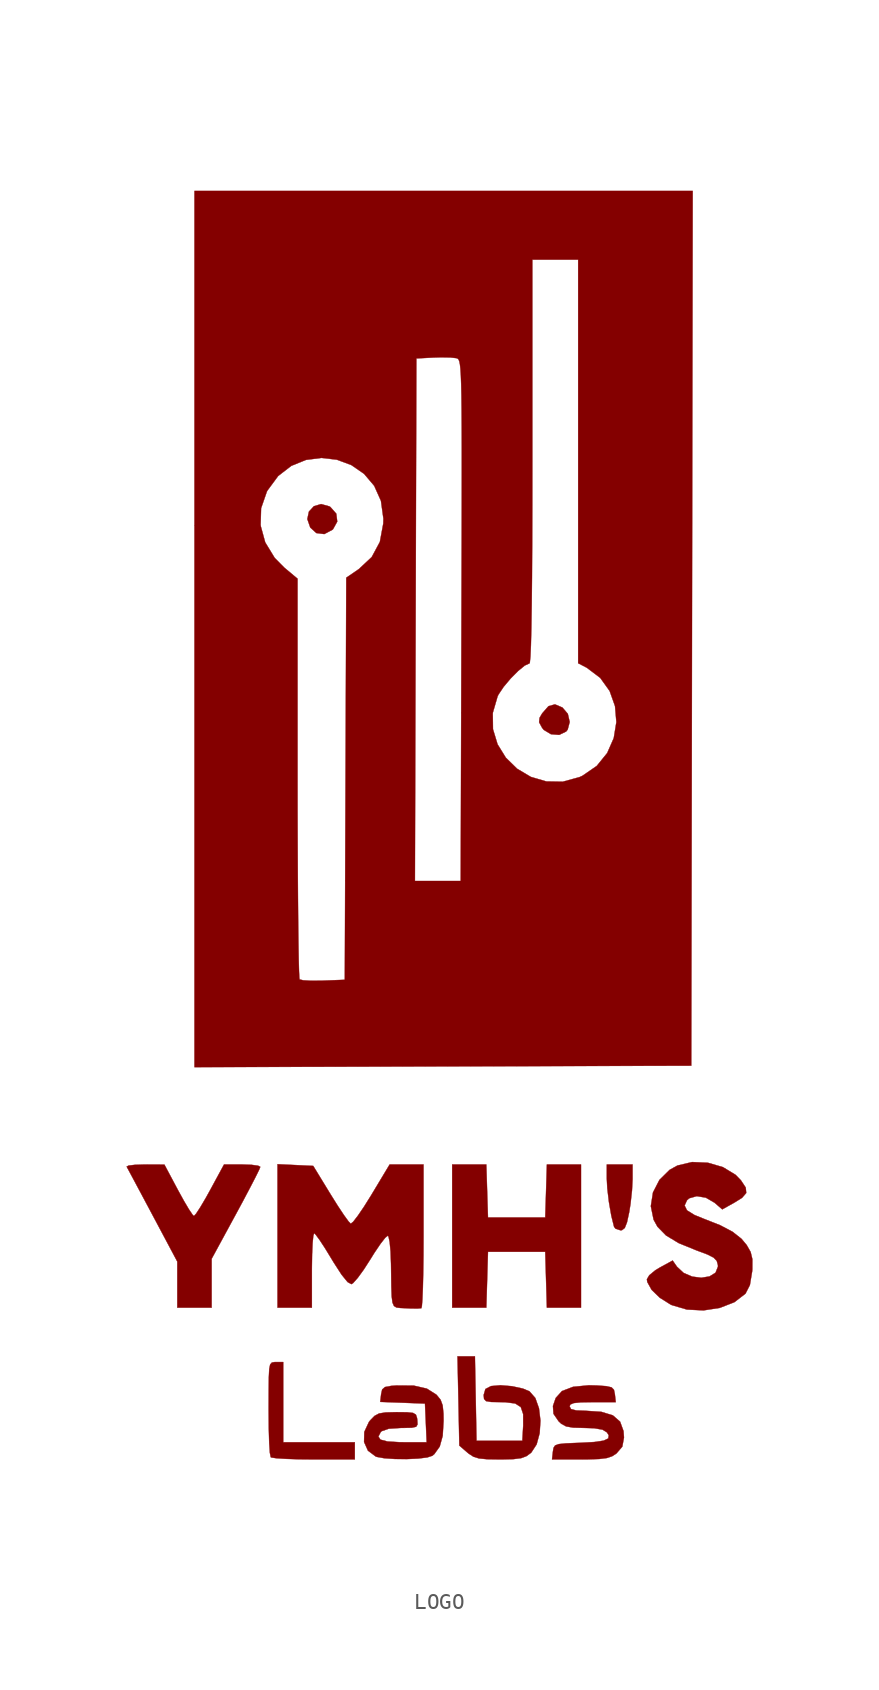
<source format=kicad_sym>
(kicad_symbol_lib
  (version 20220914)
  (generator bitmap2component)
  (symbol "LOGO"
    (pin_names
      (offset 1.016))
    (property "Reference" "#G"
      (at 0 42.295 0)
      (effects (font (size 1.27 1.27)) hide))
    (symbol "LOGO_0_0"
      (polyline (pts (xy -3.041 -39.352) (xy -3.041 -38.816) (xy -5.277 -38.816) (xy -7.513 -38.816) (xy -7.513 -36.311) (xy -7.513 -33.807) (xy -7.96 -33.807) (xy -8.049 -33.808) (xy -8.223 -33.838) (xy -8.33 -33.961) (xy -8.387 -34.244) (xy -8.412 -34.752) (xy -8.421 -35.551) (xy -8.425 -36.764) (xy -8.415 -37.956) (xy -8.389 -38.868) (xy -8.348 -39.474) (xy -8.293 -39.749) (xy -8.253 -39.77) (xy -7.928 -39.817) (xy -7.338 -39.854) (xy -6.548 -39.88) (xy -5.624 -39.889) (xy -3.041 -39.889) (xy -3.041 -39.352)) (stroke (width 0.01) (type default)) (fill (type outline)))
      (polyline (pts (xy 0.917 -39.835) (xy 1.485 -39.765) (xy 1.804 -39.66) (xy 1.928 -39.555) (xy 2.263 -39.086) (xy 2.448 -38.417) (xy 2.504 -37.478) (xy 2.498 -37.033) (xy 2.446 -36.511) (xy 2.316 -36.161) (xy 2.077 -35.868) (xy 2.048 -35.839) (xy 1.456 -35.465) (xy 0.639 -35.279) (xy -0.448 -35.271) (xy -0.773 -35.296) (xy -1.156 -35.368) (xy -1.332 -35.521) (xy -1.397 -35.812) (xy -1.453 -36.296) (xy -0.056 -36.348) (xy 1.342 -36.401) (xy 1.395 -37.608) (xy 1.447 -38.816) (xy 0.019 -38.816) (xy -0.257 -38.813) (xy -1.009 -38.767) (xy -1.438 -38.654) (xy -1.568 -38.462) (xy -1.425 -38.182) (xy -1.365 -38.126) (xy -0.923 -37.972) (xy -0.145 -37.921) (xy -0.009 -37.921) (xy 0.522 -37.909) (xy 0.791 -37.849) (xy 0.877 -37.703) (xy 0.862 -37.429) (xy 0.845 -37.298) (xy 0.776 -37.092) (xy 0.598 -36.985) (xy 0.228 -36.944) (xy -0.418 -36.937) (xy -0.458 -36.937) (xy -1.112 -36.953) (xy -1.525 -37.019) (xy -1.808 -37.17) (xy -2.072 -37.439) (xy -2.16 -37.549) (xy -2.448 -38.17) (xy -2.463 -38.799) (xy -2.22 -39.344) (xy -1.732 -39.709) (xy -1.669 -39.731) (xy -1.191 -39.817) (xy -0.529 -39.862) (xy 0.21 -39.868) (xy 0.917 -39.835)) (stroke (width 0.01) (type default)) (fill (type outline)))
      (polyline (pts (xy 6.149 -39.889) (xy 6.869 -39.871) (xy 7.345 -39.811) (xy 7.675 -39.689) (xy 7.955 -39.486) (xy 7.982 -39.462) (xy 8.316 -38.951) (xy 8.506 -38.25) (xy 8.555 -37.464) (xy 8.463 -36.697) (xy 8.235 -36.053) (xy 7.871 -35.637) (xy 7.458 -35.464) (xy 6.776 -35.316) (xy 6.056 -35.256) (xy 5.468 -35.308) (xy 5.117 -35.491) (xy 5.008 -35.867) (xy 5.032 -36.114) (xy 5.158 -36.247) (xy 5.473 -36.301) (xy 6.06 -36.311) (xy 6.352 -36.316) (xy 6.975 -36.394) (xy 7.329 -36.62) (xy 7.476 -37.059) (xy 7.478 -37.773) (xy 7.423 -38.726) (xy 5.992 -38.726) (xy 4.561 -38.726) (xy 4.512 -36.088) (xy 4.462 -33.449) (xy 3.918 -33.449) (xy 3.373 -33.449) (xy 3.431 -36.238) (xy 3.488 -39.026) (xy 3.99 -39.458) (xy 4.078 -39.531) (xy 4.369 -39.72) (xy 4.718 -39.828) (xy 5.226 -39.877) (xy 5.992 -39.889) (xy 6.149 -39.889)) (stroke (width 0.01) (type default)) (fill (type outline)))
      (polyline (pts (xy 11.525 -39.886) (xy 12.228 -39.863) (xy 12.702 -39.803) (xy 13.031 -39.693) (xy 13.302 -39.518) (xy 13.668 -39.092) (xy 13.773 -38.523) (xy 13.745 -38.12) (xy 13.531 -37.531) (xy 13.078 -37.137) (xy 12.356 -36.916) (xy 11.332 -36.848) (xy 10.781 -36.827) (xy 10.465 -36.743) (xy 10.375 -36.58) (xy 10.422 -36.459) (xy 10.636 -36.369) (xy 11.08 -36.324) (xy 11.818 -36.311) (xy 13.26 -36.311) (xy 13.204 -35.819) (xy 13.203 -35.81) (xy 13.146 -35.539) (xy 12.999 -35.388) (xy 12.671 -35.313) (xy 12.074 -35.27) (xy 11.576 -35.258) (xy 10.594 -35.354) (xy 9.9 -35.619) (xy 9.51 -36.05) (xy 9.336 -36.552) (xy 9.37 -37.04) (xy 9.69 -37.507) (xy 9.861 -37.667) (xy 10.16 -37.828) (xy 10.596 -37.903) (xy 11.278 -37.921) (xy 11.91 -37.941) (xy 12.429 -38.029) (xy 12.706 -38.197) (xy 12.824 -38.385) (xy 12.79 -38.582) (xy 12.496 -38.717) (xy 11.91 -38.803) (xy 10.999 -38.853) (xy 10.829 -38.858) (xy 10.127 -38.887) (xy 9.698 -38.932) (xy 9.47 -39.016) (xy 9.373 -39.164) (xy 9.334 -39.397) (xy 9.278 -39.889) (xy 11.054 -39.889) (xy 11.525 -39.886)) (stroke (width 0.01) (type default)) (fill (type outline)))
      (polyline (pts (xy 1.118 -30.443) (xy 1.147 -30.321) (xy 1.181 -29.885) (xy 1.21 -29.179) (xy 1.232 -28.251) (xy 1.247 -27.151) (xy 1.252 -25.926) (xy 1.252 -21.465) (xy 0.194 -21.465) (xy -0.865 -21.465) (xy -1.994 -23.344) (xy -2.021 -23.39) (xy -2.465 -24.099) (xy -2.853 -24.669) (xy -3.143 -25.044) (xy -3.296 -25.166) (xy -3.438 -25.017) (xy -3.726 -24.62) (xy -4.113 -24.036) (xy -4.554 -23.331) (xy -5.639 -21.554) (xy -6.755 -21.501) (xy -7.87 -21.448) (xy -7.87 -25.928) (xy -7.87 -30.409) (xy -6.797 -30.409) (xy -5.724 -30.409) (xy -5.724 -28.083) (xy -5.723 -27.911) (xy -5.71 -27.069) (xy -5.679 -26.385) (xy -5.636 -25.926) (xy -5.584 -25.758) (xy -5.491 -25.841) (xy -5.243 -26.176) (xy -4.894 -26.709) (xy -4.487 -27.376) (xy -4.369 -27.573) (xy -3.865 -28.352) (xy -3.492 -28.81) (xy -3.253 -28.941) (xy -3.148 -28.874) (xy -2.862 -28.553) (xy -2.484 -28.034) (xy -2.068 -27.386) (xy -1.813 -26.976) (xy -1.437 -26.42) (xy -1.144 -26.044) (xy -0.982 -25.913) (xy -0.937 -25.97) (xy -0.863 -26.314) (xy -0.807 -26.909) (xy -0.779 -27.683) (xy -0.772 -28.182) (xy -0.76 -29.081) (xy -0.738 -29.698) (xy -0.689 -30.089) (xy -0.595 -30.305) (xy -0.438 -30.401) (xy -0.201 -30.429) (xy 0.134 -30.444) (xy 0.405 -30.458) (xy 0.873 -30.465) (xy 1.118 -30.443)) (stroke (width 0.01) (type default)) (fill (type outline)))
      (polyline (pts (xy 19.761 -30.422) (xy 20.67 -30.068) (xy 21.364 -29.533) (xy 21.639 -28.994) (xy 21.783 -28.121) (xy 21.791 -28.002) (xy 21.793 -27.38) (xy 21.685 -26.93) (xy 21.436 -26.495) (xy 21.11 -26.105) (xy 20.556 -25.668) (xy 19.784 -25.261) (xy 18.725 -24.843) (xy 18.178 -24.622) (xy 17.709 -24.329) (xy 17.56 -24.029) (xy 17.71 -23.698) (xy 17.849 -23.576) (xy 18.322 -23.443) (xy 18.888 -23.538) (xy 19.427 -23.851) (xy 19.913 -24.269) (xy 20.689 -23.835) (xy 21.149 -23.548) (xy 21.41 -23.245) (xy 21.378 -22.907) (xy 21.076 -22.45) (xy 20.747 -22.112) (xy 19.953 -21.63) (xy 19.011 -21.356) (xy 18.028 -21.314) (xy 17.113 -21.53) (xy 16.625 -21.8) (xy 15.989 -22.427) (xy 15.585 -23.212) (xy 15.451 -24.068) (xy 15.623 -24.913) (xy 15.866 -25.353) (xy 16.4 -25.899) (xy 17.197 -26.38) (xy 18.304 -26.831) (xy 18.327 -26.839) (xy 18.985 -27.085) (xy 19.375 -27.284) (xy 19.569 -27.487) (xy 19.641 -27.744) (xy 19.645 -27.842) (xy 19.494 -28.223) (xy 19.119 -28.457) (xy 18.604 -28.541) (xy 18.036 -28.469) (xy 17.5 -28.24) (xy 17.082 -27.85) (xy 16.813 -27.465) (xy 16.009 -27.905) (xy 15.728 -28.076) (xy 15.351 -28.387) (xy 15.204 -28.637) (xy 15.23 -28.81) (xy 15.501 -29.296) (xy 16.008 -29.788) (xy 16.677 -30.209) (xy 16.76 -30.249) (xy 17.705 -30.527) (xy 18.739 -30.58) (xy 19.761 -30.422)) (stroke (width 0.01) (type default)) (fill (type outline)))
      (polyline (pts (xy -11.985 -28.883) (xy -11.985 -27.358) (xy -10.464 -24.559) (xy -10.029 -23.753) (xy -9.596 -22.933) (xy -9.252 -22.268) (xy -9.025 -21.81) (xy -8.944 -21.613) (xy -9.084 -21.541) (xy -9.494 -21.486) (xy -10.077 -21.465) (xy -11.211 -21.465) (xy -12.084 -23.075) (xy -12.352 -23.558) (xy -12.695 -24.139) (xy -12.955 -24.537) (xy -13.091 -24.684) (xy -13.17 -24.612) (xy -13.394 -24.283) (xy -13.711 -23.749) (xy -14.081 -23.078) (xy -14.936 -21.471) (xy -16.154 -21.468) (xy -16.189 -21.468) (xy -16.775 -21.486) (xy -17.172 -21.533) (xy -17.295 -21.599) (xy -17.198 -21.777) (xy -16.959 -22.223) (xy -16.607 -22.882) (xy -16.169 -23.703) (xy -15.674 -24.631) (xy -14.131 -27.53) (xy -14.131 -28.969) (xy -14.131 -30.409) (xy -13.058 -30.409) (xy -11.985 -30.409) (xy -11.985 -28.883)) (stroke (width 0.01) (type default)) (fill (type outline)))
      (polyline (pts (xy 5.226 -28.665) (xy 5.277 -26.921) (xy 7.066 -26.921) (xy 8.854 -26.921) (xy 8.905 -28.665) (xy 8.957 -30.409) (xy 10.023 -30.409) (xy 11.09 -30.409) (xy 11.09 -25.937) (xy 11.09 -21.465) (xy 10.024 -21.465) (xy 8.957 -21.465) (xy 8.906 -23.119) (xy 8.854 -24.774) (xy 7.066 -24.774) (xy 5.277 -24.774) (xy 5.225 -23.119) (xy 5.174 -21.465) (xy 4.107 -21.465) (xy 3.041 -21.465) (xy 3.041 -25.937) (xy 3.041 -30.409) (xy 4.108 -30.409) (xy 5.174 -30.409) (xy 5.226 -28.665)) (stroke (width 0.01) (type default)) (fill (type outline)))
      (polyline (pts (xy 13.648 -25.568) (xy 13.823 -25.431) (xy 13.962 -25.078) (xy 14.1 -24.44) (xy 14.183 -23.912) (xy 14.274 -23.084) (xy 14.31 -22.383) (xy 14.31 -21.465) (xy 13.505 -21.465) (xy 12.7 -21.465) (xy 12.7 -22.35) (xy 12.73 -22.944) (xy 12.833 -23.81) (xy 12.983 -24.673) (xy 13.153 -25.355) (xy 13.244 -25.475) (xy 13.558 -25.579) (xy 13.648 -25.568)) (stroke (width 0.01) (type default)) (fill (type outline)))
      (polyline (pts (xy 2.459 -15.339) (xy 17.977 -15.294) (xy 18.022 12.029) (xy 18.067 39.352) (xy 2.505 39.352) (xy -13.058 39.352) (xy -13.058 18.451) (xy -8.927 18.451) (xy -8.896 19.529) (xy -8.534 20.573) (xy -8.498 20.639) (xy -7.83 21.544) (xy -7.01 22.177) (xy -6.09 22.55) (xy -5.123 22.674) (xy -4.162 22.562) (xy -3.257 22.226) (xy -2.462 21.677) (xy -1.829 20.93) (xy -1.409 19.994) (xy -1.255 18.883) (xy -1.263 18.572) (xy -1.476 17.427) (xy -1.984 16.481) (xy -2.789 15.729) (xy -3.575 15.189) (xy -3.621 2.631) (xy -3.644 -3.756) (xy 0.714 -3.756) (xy 0.759 12.566) (xy 0.805 28.888) (xy 1.871 28.943) (xy 2.344 28.957) (xy 2.927 28.947) (xy 3.302 28.906) (xy 3.334 28.897) (xy 3.393 28.87) (xy 3.444 28.812) (xy 3.488 28.701) (xy 3.526 28.515) (xy 3.557 28.232) (xy 3.583 27.832) (xy 3.603 27.291) (xy 3.619 26.588) (xy 3.63 25.702) (xy 3.637 24.61) (xy 3.641 23.292) (xy 3.641 21.724) (xy 3.639 19.886) (xy 3.635 17.755) (xy 3.628 15.31) (xy 3.62 12.529) (xy 3.604 6.74) (xy 5.576 6.74) (xy 5.879 7.781) (xy 5.938 7.899) (xy 6.259 8.377) (xy 6.693 8.893) (xy 7.159 9.363) (xy 7.578 9.706) (xy 7.871 9.838) (xy 7.892 9.89) (xy 7.929 10.259) (xy 7.96 10.98) (xy 7.987 12.047) (xy 8.009 13.458) (xy 8.027 15.208) (xy 8.039 17.292) (xy 8.047 19.707) (xy 8.049 22.449) (xy 8.049 35.059) (xy 9.48 35.059) (xy 10.911 35.059) (xy 10.911 22.453) (xy 10.911 9.847) (xy 11.403 9.591) (xy 11.449 9.567) (xy 12.29 8.932) (xy 12.878 8.112) (xy 13.213 7.171) (xy 13.298 6.17) (xy 13.135 5.172) (xy 12.726 4.239) (xy 12.074 3.434) (xy 11.18 2.818) (xy 10.992 2.732) (xy 9.945 2.446) (xy 8.919 2.464) (xy 7.958 2.746) (xy 7.102 3.253) (xy 6.394 3.945) (xy 5.876 4.783) (xy 5.589 5.728) (xy 5.576 6.74) (xy 3.604 6.74) (xy 3.574 -3.756) (xy 2.144 -3.756) (xy 0.714 -3.756) (xy -3.644 -3.756) (xy -3.667 -9.928) (xy -5.016 -9.979) (xy -5.129 -9.983) (xy -5.777 -9.987) (xy -6.264 -9.959) (xy -6.492 -9.905) (xy -6.507 -9.808) (xy -6.527 -9.384) (xy -6.546 -8.652) (xy -6.563 -7.64) (xy -6.579 -6.378) (xy -6.592 -4.894) (xy -6.603 -3.218) (xy -6.611 -1.378) (xy -6.617 0.596) (xy -6.618 2.675) (xy -6.618 15.128) (xy -7.444 15.818) (xy -8.047 16.428) (xy -8.639 17.398) (xy -8.927 18.451) (xy -13.058 18.451) (xy -13.058 11.983) (xy -13.058 -15.385) (xy 2.459 -15.339)) (stroke (width 0.01) (type default)) (fill (type outline)))
      (polyline (pts (xy -4.441 18.183) (xy -4.399 18.224) (xy -4.139 18.695) (xy -4.199 19.191) (xy -4.569 19.608) (xy -4.628 19.645) (xy -5.147 19.789) (xy -5.598 19.656) (xy -5.908 19.32) (xy -6.007 18.852) (xy -5.824 18.326) (xy -5.444 17.979) (xy -4.946 17.916) (xy -4.441 18.183)) (stroke (width 0.01) (type default)) (fill (type outline)))
      (polyline (pts (xy 10.16 5.581) (xy 10.256 5.702) (xy 10.382 6.177) (xy 10.265 6.686) (xy 9.929 7.081) (xy 9.462 7.278) (xy 9.058 7.165) (xy 8.665 6.717) (xy 8.499 6.435) (xy 8.471 6.161) (xy 8.659 5.813) (xy 8.765 5.682) (xy 9.213 5.413) (xy 9.727 5.372) (xy 10.16 5.581)) (stroke (width 0.01) (type default)) (fill (type outline))))))
</source>
